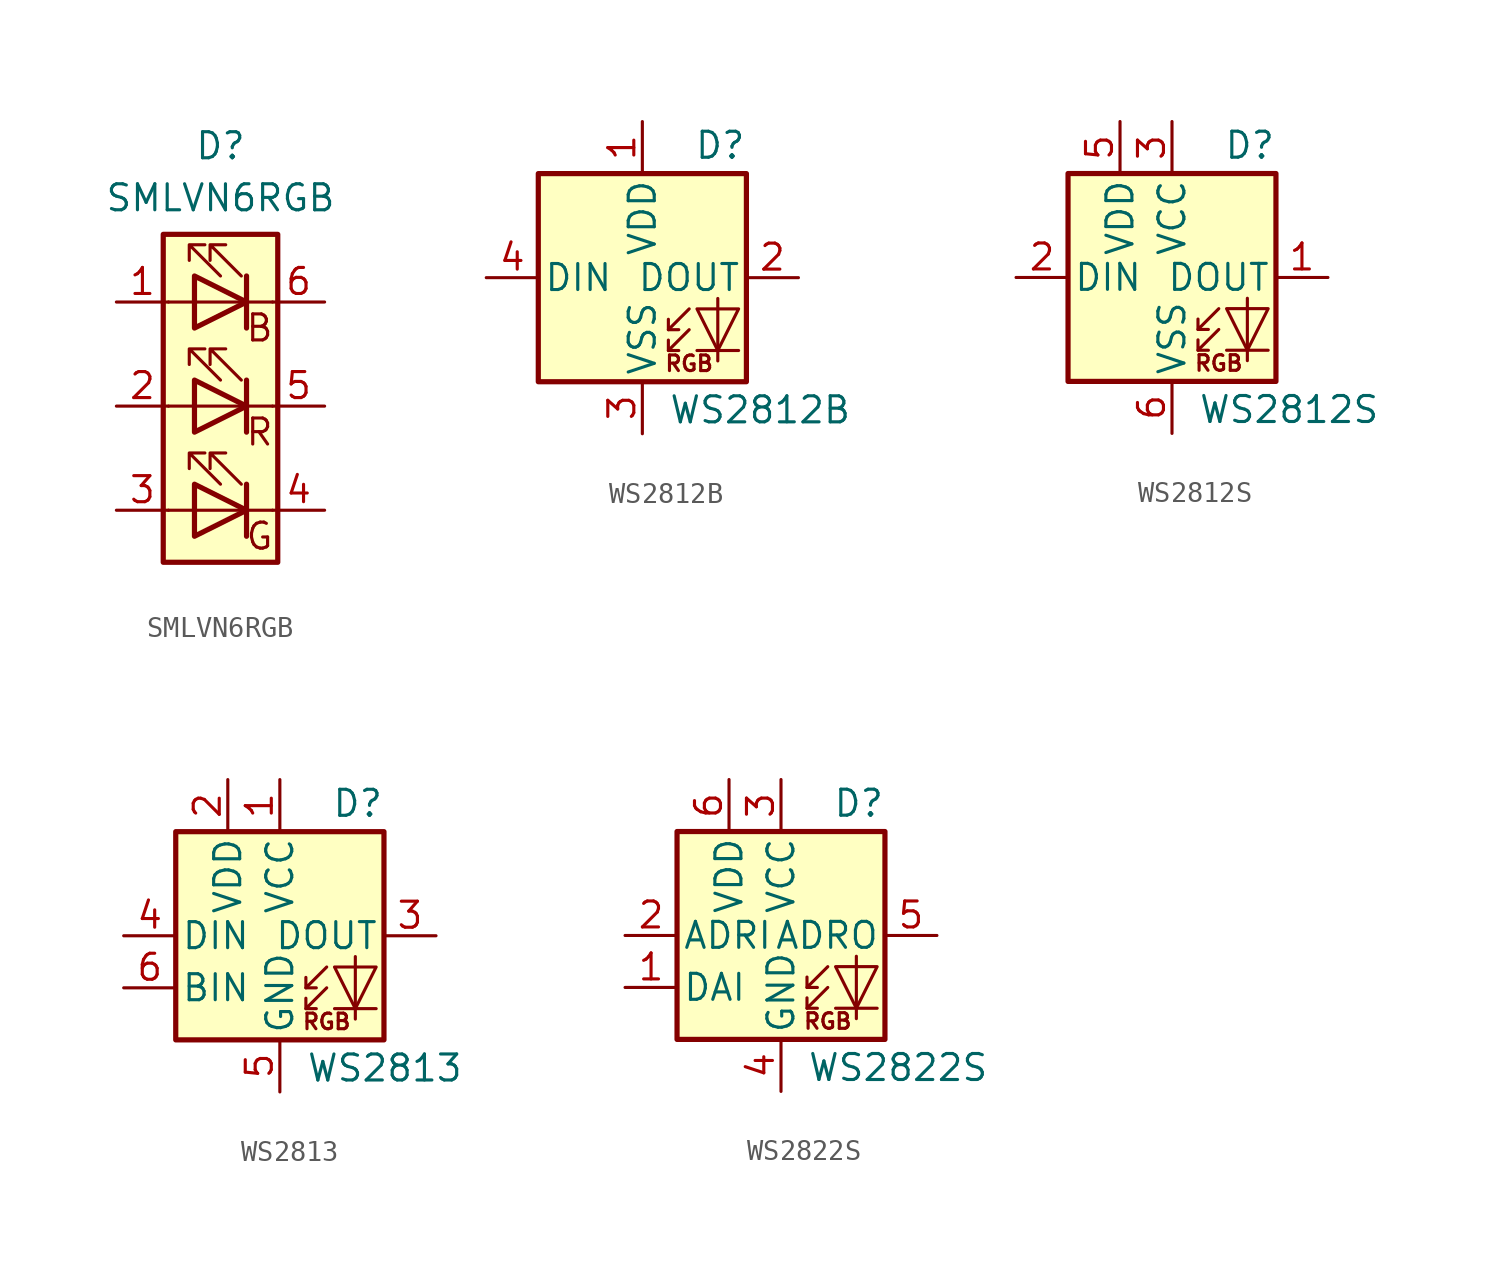
<source format=kicad_sym>
(kicad_symbol_lib
  (version 20220914)
  (generator kicad_symbol_editor)
  (symbol "SMLVN6RGB"
    (pin_names
      (offset 0) hide)
    (property "Reference" "D"
      (at 0 12.7 0)
      (effects (font (size 1.27 1.27))))
    (property "Value" "SMLVN6RGB"
      (at 0 10.16 0)
      (effects (font (size 1.27 1.27))))
    (symbol "SMLVN6RGB_0_0"
      (text "B" (at 1.905 3.81 0) (effects (font (size 1.27 1.27))))
      (text "G" (at 1.905 -6.35 0) (effects (font (size 1.27 1.27))))
      (text "R" (at 1.905 -1.27 0) (effects (font (size 1.27 1.27)))))
    (symbol "SMLVN6RGB_0_1"
      (rectangle (start -2.794 8.382) (end 2.794 -7.62) (stroke (width 0.254) (type solid)) (fill (type background)))
      (rectangle (start -1.27 -1.27) (end -1.27 1.27) (stroke (width 0) (type solid)) (fill (type none)))
      (rectangle (start -1.27 1.27) (end -1.27 1.27) (stroke (width 0) (type solid)) (fill (type none)))
      (rectangle (start -1.27 3.81) (end -1.27 6.35) (stroke (width 0) (type solid)) (fill (type none)))
      (rectangle (start -1.27 6.35) (end -1.27 6.35) (stroke (width 0) (type solid)) (fill (type none)))
      (polyline (pts (xy -1.27 -5.08) (xy -2.54 -5.08)) (stroke (width 0) (type solid)) (fill (type none)))
      (polyline (pts (xy -1.27 0) (xy -2.54 0)) (stroke (width 0) (type solid)) (fill (type none)))
      (polyline (pts (xy -1.27 0) (xy 1.27 0)) (stroke (width 0) (type solid)) (fill (type none)))
      (polyline (pts (xy -1.27 5.08) (xy -2.54 5.08)) (stroke (width 0) (type solid)) (fill (type none)))
      (polyline (pts (xy 1.27 -5.08) (xy -1.27 -5.08)) (stroke (width 0) (type solid)) (fill (type none)))
      (polyline (pts (xy 1.27 -5.08) (xy 2.54 -5.08)) (stroke (width 0) (type solid)) (fill (type none)))
      (polyline (pts (xy 1.27 -3.81) (xy 1.27 -6.35)) (stroke (width 0.254) (type solid)) (fill (type none)))
      (polyline (pts (xy 1.27 0) (xy 2.54 0)) (stroke (width 0) (type solid)) (fill (type none)))
      (polyline (pts (xy 1.27 1.27) (xy 1.27 -1.27)) (stroke (width 0.254) (type solid)) (fill (type none)))
      (polyline (pts (xy 1.27 5.08) (xy -1.27 5.08)) (stroke (width 0) (type solid)) (fill (type none)))
      (polyline (pts (xy 1.27 5.08) (xy 2.54 5.08)) (stroke (width 0) (type solid)) (fill (type none)))
      (polyline (pts (xy 1.27 6.35) (xy 1.27 3.81)) (stroke (width 0.254) (type solid)) (fill (type none)))
      (polyline (pts (xy 1.27 1.27) (xy 1.27 -1.27) (xy 1.27 -1.27)) (stroke (width 0) (type solid)) (fill (type none)))
      (polyline (pts (xy 1.27 6.35) (xy 1.27 3.81) (xy 1.27 3.81)) (stroke (width 0) (type solid)) (fill (type none)))
      (polyline (pts (xy -1.27 -3.81) (xy -1.27 -6.35) (xy 1.27 -5.08) (xy -1.27 -3.81)) (stroke (width 0.254) (type solid)) (fill (type none)))
      (polyline (pts (xy -1.27 1.27) (xy -1.27 -1.27) (xy 1.27 0) (xy -1.27 1.27)) (stroke (width 0.254) (type solid)) (fill (type none)))
      (polyline (pts (xy -1.27 6.35) (xy -1.27 3.81) (xy 1.27 5.08) (xy -1.27 6.35)) (stroke (width 0.254) (type solid)) (fill (type none)))
      (polyline (pts (xy 0 -3.81) (xy -1.524 -2.286) (xy -0.762 -2.286) (xy -1.524 -2.286) (xy -1.524 -3.048)) (stroke (width 0) (type solid)) (fill (type none)))
      (polyline (pts (xy 0 1.27) (xy -1.524 2.794) (xy -0.762 2.794) (xy -1.524 2.794) (xy -1.524 2.032)) (stroke (width 0) (type solid)) (fill (type none)))
      (polyline (pts (xy 0 6.35) (xy -1.524 7.874) (xy -0.762 7.874) (xy -1.524 7.874) (xy -1.524 7.112)) (stroke (width 0) (type solid)) (fill (type none)))
      (polyline (pts (xy 1.016 -3.81) (xy -0.508 -2.286) (xy 0.254 -2.286) (xy -0.508 -2.286) (xy -0.508 -3.048)) (stroke (width 0) (type solid)) (fill (type none)))
      (polyline (pts (xy 1.016 1.27) (xy -0.508 2.794) (xy 0.254 2.794) (xy -0.508 2.794) (xy -0.508 2.032)) (stroke (width 0) (type solid)) (fill (type none)))
      (polyline (pts (xy 1.016 6.35) (xy -0.508 7.874) (xy 0.254 7.874) (xy -0.508 7.874) (xy -0.508 7.112)) (stroke (width 0) (type solid)) (fill (type none))))
    (symbol "SMLVN6RGB_1_1"
      (pin passive line (at -5.08 5.08 0) (length 2.54) (name "BA" (effects (font (size 1.27 1.27)))) (number "1" (effects (font (size 1.27 1.27)))))
      (pin passive line (at -5.08 0 0) (length 2.54) (name "RA" (effects (font (size 1.27 1.27)))) (number "2" (effects (font (size 1.27 1.27)))))
      (pin passive line (at -5.08 -5.08 0) (length 2.54) (name "GA" (effects (font (size 1.27 1.27)))) (number "3" (effects (font (size 1.27 1.27)))))
      (pin passive line (at 5.08 -5.08 180) (length 2.54) (name "GK" (effects (font (size 1.27 1.27)))) (number "4" (effects (font (size 1.27 1.27)))))
      (pin passive line (at 5.08 0 180) (length 2.54) (name "RK" (effects (font (size 1.27 1.27)))) (number "5" (effects (font (size 1.27 1.27)))))
      (pin passive line (at 5.08 5.08 180) (length 2.54) (name "BK" (effects (font (size 1.27 1.27)))) (number "6" (effects (font (size 1.27 1.27)))))))
  (symbol "WS2812B"
    (pin_names
      (offset 0.254))
    (property "Reference" "D"
      (at 5.08 5.715 0)
      (effects (font (size 1.27 1.27)) (justify right bottom)))
    (property "Value" "WS2812B"
      (at 1.27 -5.715 0)
      (effects (font (size 1.27 1.27)) (justify left top)))
    (symbol "WS2812B_0_0"
      (text "RGB" (at 2.286 -4.191 0) (effects (font (size 0.762 0.762)))))
    (symbol "WS2812B_0_1"
      (polyline (pts (xy 1.27 -3.556) (xy 1.778 -3.556)) (stroke (width 0) (type solid)) (fill (type none)))
      (polyline (pts (xy 1.27 -2.54) (xy 1.778 -2.54)) (stroke (width 0) (type solid)) (fill (type none)))
      (polyline (pts (xy 4.699 -3.556) (xy 2.667 -3.556)) (stroke (width 0) (type solid)) (fill (type none)))
      (polyline (pts (xy 2.286 -2.54) (xy 1.27 -3.556) (xy 1.27 -3.048)) (stroke (width 0) (type solid)) (fill (type none)))
      (polyline (pts (xy 2.286 -1.524) (xy 1.27 -2.54) (xy 1.27 -2.032)) (stroke (width 0) (type solid)) (fill (type none)))
      (polyline (pts (xy 3.683 -1.016) (xy 3.683 -3.556) (xy 3.683 -4.064)) (stroke (width 0) (type solid)) (fill (type none)))
      (polyline (pts (xy 4.699 -1.524) (xy 2.667 -1.524) (xy 3.683 -3.556) (xy 4.699 -1.524)) (stroke (width 0) (type solid)) (fill (type none)))
      (rectangle (start 5.08 5.08) (end -5.08 -5.08) (stroke (width 0.254) (type solid)) (fill (type background))))
    (symbol "WS2812B_1_1"
      (pin power_in line (at 0 7.62 270) (length 2.54) (name "VDD" (effects (font (size 1.27 1.27)))) (number "1" (effects (font (size 1.27 1.27)))))
      (pin output line (at 7.62 0 180) (length 2.54) (name "DOUT" (effects (font (size 1.27 1.27)))) (number "2" (effects (font (size 1.27 1.27)))))
      (pin power_in line (at 0 -7.62 90) (length 2.54) (name "VSS" (effects (font (size 1.27 1.27)))) (number "3" (effects (font (size 1.27 1.27)))))
      (pin input line (at -7.62 0 0) (length 2.54) (name "DIN" (effects (font (size 1.27 1.27)))) (number "4" (effects (font (size 1.27 1.27)))))))
  (symbol "WS2812S"
    (pin_names
      (offset 0.254))
    (property "Reference" "D"
      (at 5.08 5.715 0)
      (effects (font (size 1.27 1.27)) (justify right bottom)))
    (property "Value" "WS2812S"
      (at 1.27 -5.715 0)
      (effects (font (size 1.27 1.27)) (justify left top)))
    (symbol "WS2812S_0_0"
      (text "RGB" (at 2.286 -4.191 0) (effects (font (size 0.762 0.762)))))
    (symbol "WS2812S_0_1"
      (polyline (pts (xy 1.27 -3.556) (xy 1.778 -3.556)) (stroke (width 0) (type solid)) (fill (type none)))
      (polyline (pts (xy 1.27 -2.54) (xy 1.778 -2.54)) (stroke (width 0) (type solid)) (fill (type none)))
      (polyline (pts (xy 4.699 -3.556) (xy 2.667 -3.556)) (stroke (width 0) (type solid)) (fill (type none)))
      (polyline (pts (xy 2.286 -2.54) (xy 1.27 -3.556) (xy 1.27 -3.048)) (stroke (width 0) (type solid)) (fill (type none)))
      (polyline (pts (xy 2.286 -1.524) (xy 1.27 -2.54) (xy 1.27 -2.032)) (stroke (width 0) (type solid)) (fill (type none)))
      (polyline (pts (xy 3.683 -1.016) (xy 3.683 -3.556) (xy 3.683 -4.064)) (stroke (width 0) (type solid)) (fill (type none)))
      (polyline (pts (xy 4.699 -1.524) (xy 2.667 -1.524) (xy 3.683 -3.556) (xy 4.699 -1.524)) (stroke (width 0) (type solid)) (fill (type none)))
      (rectangle (start 5.08 5.08) (end -5.08 -5.08) (stroke (width 0.254) (type solid)) (fill (type background))))
    (symbol "WS2812S_1_1"
      (pin output line (at 7.62 0 180) (length 2.54) (name "DOUT" (effects (font (size 1.27 1.27)))) (number "1" (effects (font (size 1.27 1.27)))))
      (pin input line (at -7.62 0 0) (length 2.54) (name "DIN" (effects (font (size 1.27 1.27)))) (number "2" (effects (font (size 1.27 1.27)))))
      (pin power_in line (at 0 7.62 270) (length 2.54) (name "VCC" (effects (font (size 1.27 1.27)))) (number "3" (effects (font (size 1.27 1.27)))))
      (pin no_connect line (at 5.08 2.54 180) (length 2.54) hide (name "NC" (effects (font (size 1.27 1.27)))) (number "4" (effects (font (size 1.27 1.27)))))
      (pin power_in line (at -2.54 7.62 270) (length 2.54) (name "VDD" (effects (font (size 1.27 1.27)))) (number "5" (effects (font (size 1.27 1.27)))))
      (pin power_in line (at 0 -7.62 90) (length 2.54) (name "VSS" (effects (font (size 1.27 1.27)))) (number "6" (effects (font (size 1.27 1.27)))))))
  (symbol "WS2813"
    (pin_names
      (offset 0.254))
    (property "Reference" "D"
      (at 5.08 5.715 0)
      (effects (font (size 1.27 1.27)) (justify right bottom)))
    (property "Value" "WS2813"
      (at 1.27 -5.715 0)
      (effects (font (size 1.27 1.27)) (justify left top)))
    (symbol "WS2813_0_0"
      (text "RGB" (at 2.286 -4.191 0) (effects (font (size 0.762 0.762)))))
    (symbol "WS2813_0_1"
      (polyline (pts (xy 1.27 -3.556) (xy 1.778 -3.556)) (stroke (width 0) (type solid)) (fill (type none)))
      (polyline (pts (xy 1.27 -2.54) (xy 1.778 -2.54)) (stroke (width 0) (type solid)) (fill (type none)))
      (polyline (pts (xy 4.699 -3.556) (xy 2.667 -3.556)) (stroke (width 0) (type solid)) (fill (type none)))
      (polyline (pts (xy 2.286 -2.54) (xy 1.27 -3.556) (xy 1.27 -3.048)) (stroke (width 0) (type solid)) (fill (type none)))
      (polyline (pts (xy 2.286 -1.524) (xy 1.27 -2.54) (xy 1.27 -2.032)) (stroke (width 0) (type solid)) (fill (type none)))
      (polyline (pts (xy 3.683 -1.016) (xy 3.683 -3.556) (xy 3.683 -4.064)) (stroke (width 0) (type solid)) (fill (type none)))
      (polyline (pts (xy 4.699 -1.524) (xy 2.667 -1.524) (xy 3.683 -3.556) (xy 4.699 -1.524)) (stroke (width 0) (type solid)) (fill (type none)))
      (rectangle (start 5.08 5.08) (end -5.08 -5.08) (stroke (width 0.254) (type solid)) (fill (type background))))
    (symbol "WS2813_1_1"
      (pin power_in line (at 0 7.62 270) (length 2.54) (name "VCC" (effects (font (size 1.27 1.27)))) (number "1" (effects (font (size 1.27 1.27)))))
      (pin power_in line (at -2.54 7.62 270) (length 2.54) (name "VDD" (effects (font (size 1.27 1.27)))) (number "2" (effects (font (size 1.27 1.27)))))
      (pin output line (at 7.62 0 180) (length 2.54) (name "DOUT" (effects (font (size 1.27 1.27)))) (number "3" (effects (font (size 1.27 1.27)))))
      (pin input line (at -7.62 0 0) (length 2.54) (name "DIN" (effects (font (size 1.27 1.27)))) (number "4" (effects (font (size 1.27 1.27)))))
      (pin power_in line (at 0 -7.62 90) (length 2.54) (name "GND" (effects (font (size 1.27 1.27)))) (number "5" (effects (font (size 1.27 1.27)))))
      (pin input line (at -7.62 -2.54 0) (length 2.54) (name "BIN" (effects (font (size 1.27 1.27)))) (number "6" (effects (font (size 1.27 1.27)))))))
  (symbol "WS2822S"
    (pin_names
      (offset 0.254))
    (property "Reference" "D"
      (at 5.08 5.715 0)
      (effects (font (size 1.27 1.27)) (justify right bottom)))
    (property "Value" "WS2822S"
      (at 1.27 -5.715 0)
      (effects (font (size 1.27 1.27)) (justify left top)))
    (symbol "WS2822S_0_0"
      (text "RGB" (at 2.286 -4.191 0) (effects (font (size 0.762 0.762)))))
    (symbol "WS2822S_0_1"
      (rectangle (start -5.08 5.08) (end 5.08 -5.08) (stroke (width 0.254) (type solid)) (fill (type background)))
      (polyline (pts (xy 1.27 -3.556) (xy 1.778 -3.556)) (stroke (width 0) (type solid)) (fill (type none)))
      (polyline (pts (xy 1.27 -2.54) (xy 1.778 -2.54)) (stroke (width 0) (type solid)) (fill (type none)))
      (polyline (pts (xy 4.699 -3.556) (xy 2.667 -3.556)) (stroke (width 0) (type solid)) (fill (type none)))
      (polyline (pts (xy 2.286 -2.54) (xy 1.27 -3.556) (xy 1.27 -3.048)) (stroke (width 0) (type solid)) (fill (type none)))
      (polyline (pts (xy 2.286 -1.524) (xy 1.27 -2.54) (xy 1.27 -2.032)) (stroke (width 0) (type solid)) (fill (type none)))
      (polyline (pts (xy 3.683 -1.016) (xy 3.683 -3.556) (xy 3.683 -4.064)) (stroke (width 0) (type solid)) (fill (type none)))
      (polyline (pts (xy 4.699 -1.524) (xy 2.667 -1.524) (xy 3.683 -3.556) (xy 4.699 -1.524)) (stroke (width 0) (type solid)) (fill (type none))))
    (symbol "WS2822S_1_1"
      (pin input line (at -7.62 -2.54 0) (length 2.54) (name "DAI" (effects (font (size 1.27 1.27)))) (number "1" (effects (font (size 1.27 1.27)))))
      (pin input line (at -7.62 0 0) (length 2.54) (name "ADRI" (effects (font (size 1.27 1.27)))) (number "2" (effects (font (size 1.27 1.27)))))
      (pin power_in line (at 0 7.62 270) (length 2.54) (name "VCC" (effects (font (size 1.27 1.27)))) (number "3" (effects (font (size 1.27 1.27)))))
      (pin power_in line (at 0 -7.62 90) (length 2.54) (name "GND" (effects (font (size 1.27 1.27)))) (number "4" (effects (font (size 1.27 1.27)))))
      (pin output line (at 7.62 0 180) (length 2.54) (name "ADRO" (effects (font (size 1.27 1.27)))) (number "5" (effects (font (size 1.27 1.27)))))
      (pin power_in line (at -2.54 7.62 270) (length 2.54) (name "VDD" (effects (font (size 1.27 1.27)))) (number "6" (effects (font (size 1.27 1.27))))))))
</source>
